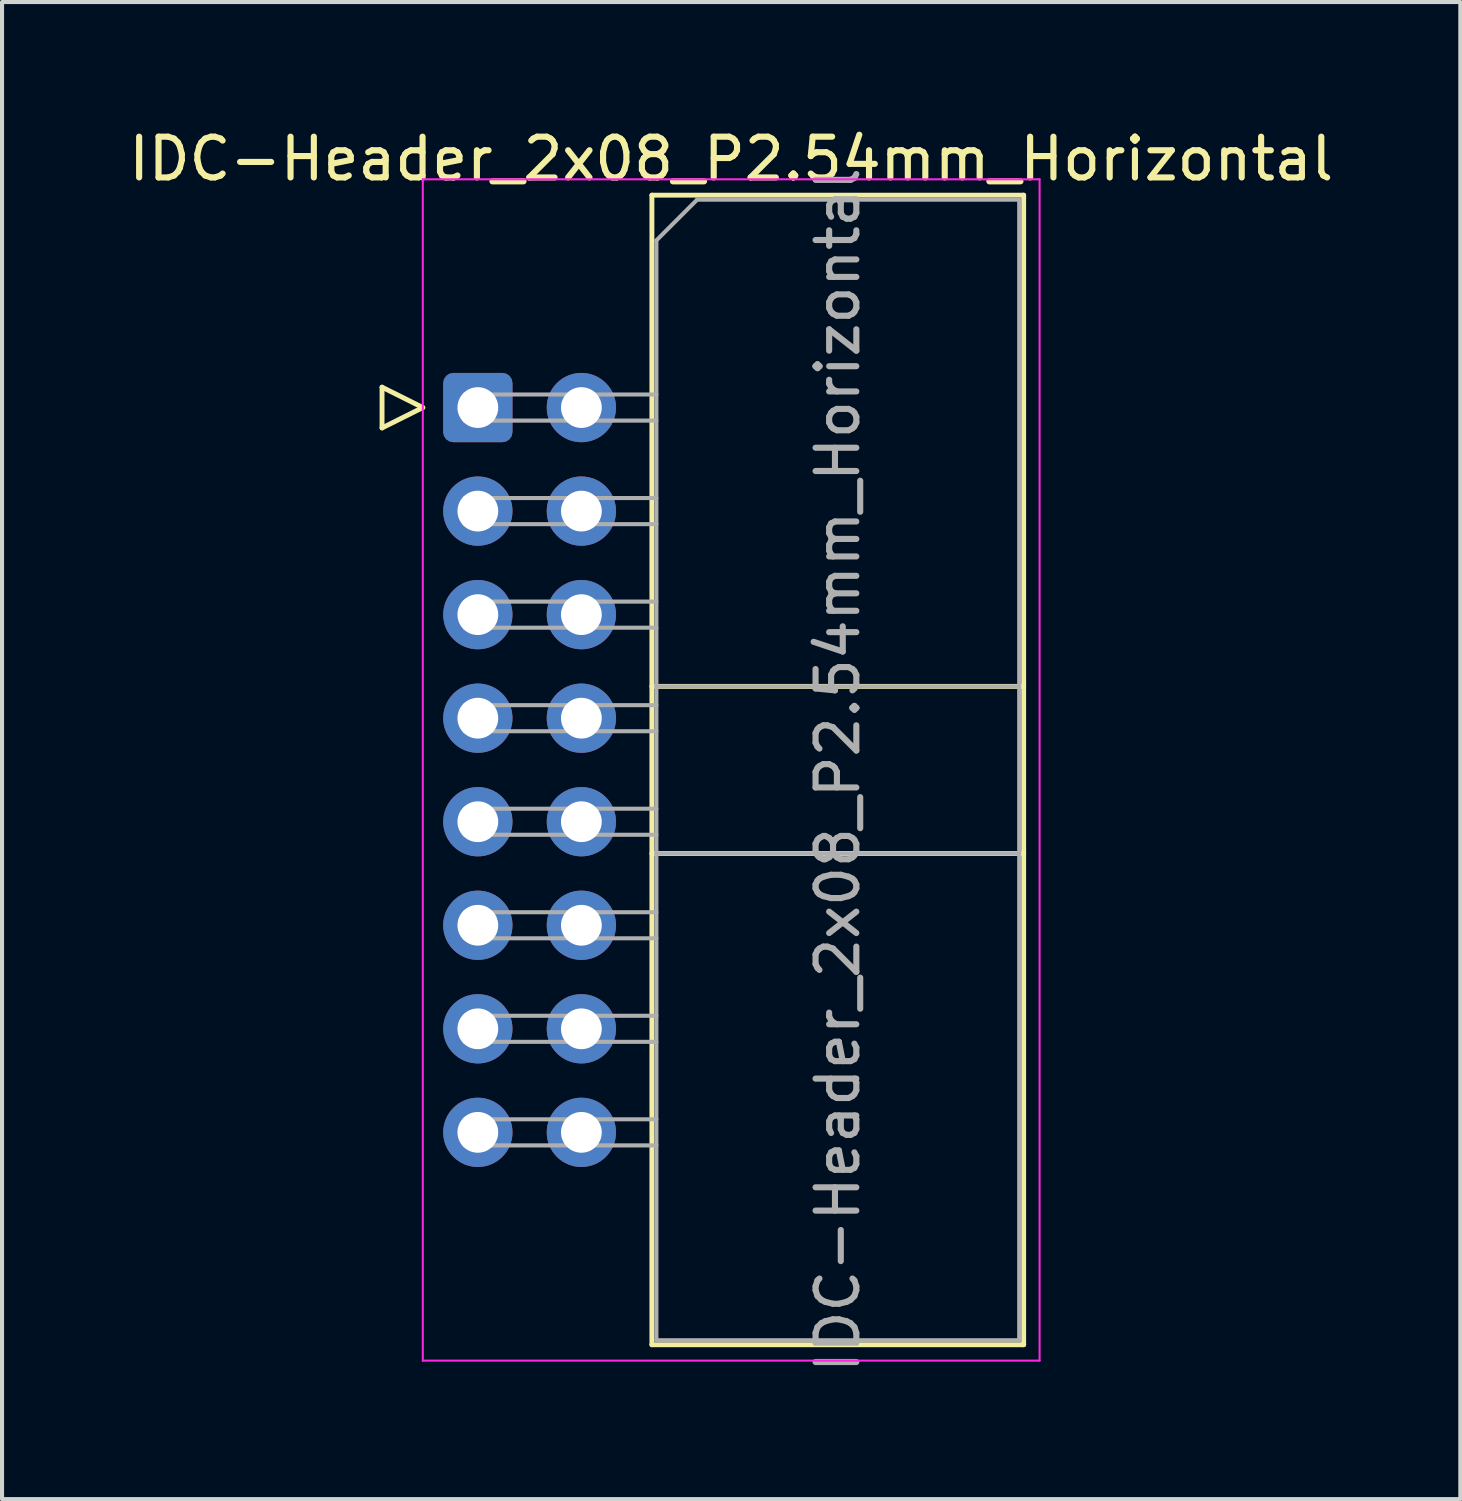
<source format=kicad_pcb>
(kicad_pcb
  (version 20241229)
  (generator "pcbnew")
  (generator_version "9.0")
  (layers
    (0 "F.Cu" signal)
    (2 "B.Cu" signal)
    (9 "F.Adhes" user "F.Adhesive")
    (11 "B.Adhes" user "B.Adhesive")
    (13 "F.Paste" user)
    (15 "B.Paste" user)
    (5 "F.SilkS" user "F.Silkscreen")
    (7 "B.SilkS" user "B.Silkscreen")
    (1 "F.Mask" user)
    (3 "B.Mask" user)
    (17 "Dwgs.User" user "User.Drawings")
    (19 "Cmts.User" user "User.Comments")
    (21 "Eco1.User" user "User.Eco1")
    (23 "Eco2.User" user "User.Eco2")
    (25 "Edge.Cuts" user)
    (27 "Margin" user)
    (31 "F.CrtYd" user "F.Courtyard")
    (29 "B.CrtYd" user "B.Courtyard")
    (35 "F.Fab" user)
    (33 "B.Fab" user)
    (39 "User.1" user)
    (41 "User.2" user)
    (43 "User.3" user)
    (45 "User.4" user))
  (footprint "IDC-Header_2x08_P2.54mm_Horizontal"
    (layer "F.Cu")
    (at 8.672 6.948)
    (property "Reference" "IDC-Header_2x08_P2.54mm_Horizontal" (at 6.215 -6.1 0) (layer "F.SilkS") (effects (font (size 1 1) (thickness 0.15))))
    (attr through_hole)
    (fp_line (start -2.35 -0.5) (end -2.35 0.5) (stroke (width 0.12) (type solid)) (layer "F.SilkS"))
    (fp_line (start -2.35 0.5) (end -1.35 0) (stroke (width 0.12) (type solid)) (layer "F.SilkS"))
    (fp_line (start -1.35 0) (end -2.35 -0.5) (stroke (width 0.12) (type solid)) (layer "F.SilkS"))
    (fp_line (start 4.27 -5.21) (end 13.39 -5.21) (stroke (width 0.12) (type solid)) (layer "F.SilkS"))
    (fp_line (start 4.27 6.84) (end 13.39 6.84) (stroke (width 0.12) (type solid)) (layer "F.SilkS"))
    (fp_line (start 4.27 10.94) (end 13.39 10.94) (stroke (width 0.12) (type solid)) (layer "F.SilkS"))
    (fp_line (start 4.27 22.99) (end 4.27 -5.21) (stroke (width 0.12) (type solid)) (layer "F.SilkS"))
    (fp_line (start 13.39 -5.21) (end 13.39 22.99) (stroke (width 0.12) (type solid)) (layer "F.SilkS"))
    (fp_line (start 13.39 22.99) (end 4.27 22.99) (stroke (width 0.12) (type solid)) (layer "F.SilkS"))
    (fp_line (start -1.35 -5.6) (end -1.35 23.38) (stroke (width 0.05) (type solid)) (layer "F.CrtYd"))
    (fp_line (start -1.35 23.38) (end 13.78 23.38) (stroke (width 0.05) (type solid)) (layer "F.CrtYd"))
    (fp_line (start 13.78 -5.6) (end -1.35 -5.6) (stroke (width 0.05) (type solid)) (layer "F.CrtYd"))
    (fp_line (start 13.78 23.38) (end 13.78 -5.6) (stroke (width 0.05) (type solid)) (layer "F.CrtYd"))
    (fp_line (start -0.32 -0.32) (end -0.32 0.32) (stroke (width 0.1) (type solid)) (layer "F.Fab"))
    (fp_line (start -0.32 0.32) (end 4.38 0.32) (stroke (width 0.1) (type solid)) (layer "F.Fab"))
    (fp_line (start -0.32 2.22) (end -0.32 2.86) (stroke (width 0.1) (type solid)) (layer "F.Fab"))
    (fp_line (start -0.32 2.86) (end 4.38 2.86) (stroke (width 0.1) (type solid)) (layer "F.Fab"))
    (fp_line (start -0.32 4.76) (end -0.32 5.4) (stroke (width 0.1) (type solid)) (layer "F.Fab"))
    (fp_line (start -0.32 5.4) (end 4.38 5.4) (stroke (width 0.1) (type solid)) (layer "F.Fab"))
    (fp_line (start -0.32 7.3) (end -0.32 7.94) (stroke (width 0.1) (type solid)) (layer "F.Fab"))
    (fp_line (start -0.32 7.94) (end 4.38 7.94) (stroke (width 0.1) (type solid)) (layer "F.Fab"))
    (fp_line (start -0.32 9.84) (end -0.32 10.48) (stroke (width 0.1) (type solid)) (layer "F.Fab"))
    (fp_line (start -0.32 10.48) (end 4.38 10.48) (stroke (width 0.1) (type solid)) (layer "F.Fab"))
    (fp_line (start -0.32 12.38) (end -0.32 13.02) (stroke (width 0.1) (type solid)) (layer "F.Fab"))
    (fp_line (start -0.32 13.02) (end 4.38 13.02) (stroke (width 0.1) (type solid)) (layer "F.Fab"))
    (fp_line (start -0.32 14.92) (end -0.32 15.56) (stroke (width 0.1) (type solid)) (layer "F.Fab"))
    (fp_line (start -0.32 15.56) (end 4.38 15.56) (stroke (width 0.1) (type solid)) (layer "F.Fab"))
    (fp_line (start -0.32 17.46) (end -0.32 18.1) (stroke (width 0.1) (type solid)) (layer "F.Fab"))
    (fp_line (start -0.32 18.1) (end 4.38 18.1) (stroke (width 0.1) (type solid)) (layer "F.Fab"))
    (fp_line (start 4.38 -4.1) (end 5.38 -5.1) (stroke (width 0.1) (type solid)) (layer "F.Fab"))
    (fp_line (start 4.38 -0.32) (end -0.32 -0.32) (stroke (width 0.1) (type solid)) (layer "F.Fab"))
    (fp_line (start 4.38 2.22) (end -0.32 2.22) (stroke (width 0.1) (type solid)) (layer "F.Fab"))
    (fp_line (start 4.38 4.76) (end -0.32 4.76) (stroke (width 0.1) (type solid)) (layer "F.Fab"))
    (fp_line (start 4.38 6.84) (end 13.28 6.84) (stroke (width 0.1) (type solid)) (layer "F.Fab"))
    (fp_line (start 4.38 7.3) (end -0.32 7.3) (stroke (width 0.1) (type solid)) (layer "F.Fab"))
    (fp_line (start 4.38 9.84) (end -0.32 9.84) (stroke (width 0.1) (type solid)) (layer "F.Fab"))
    (fp_line (start 4.38 10.94) (end 13.28 10.94) (stroke (width 0.1) (type solid)) (layer "F.Fab"))
    (fp_line (start 4.38 12.38) (end -0.32 12.38) (stroke (width 0.1) (type solid)) (layer "F.Fab"))
    (fp_line (start 4.38 14.92) (end -0.32 14.92) (stroke (width 0.1) (type solid)) (layer "F.Fab"))
    (fp_line (start 4.38 17.46) (end -0.32 17.46) (stroke (width 0.1) (type solid)) (layer "F.Fab"))
    (fp_line (start 4.38 22.88) (end 4.38 -4.1) (stroke (width 0.1) (type solid)) (layer "F.Fab"))
    (fp_line (start 5.38 -5.1) (end 13.28 -5.1) (stroke (width 0.1) (type solid)) (layer "F.Fab"))
    (fp_line (start 13.28 -5.1) (end 13.28 22.88) (stroke (width 0.1) (type solid)) (layer "F.Fab"))
    (fp_line (start 13.28 22.88) (end 4.38 22.88) (stroke (width 0.1) (type solid)) (layer "F.Fab"))
    (fp_text user "${REFERENCE}" (at 8.83 8.89 90) (layer "F.Fab") (effects (font (size 1 1) (thickness 0.15))))
    (pad "1" thru_hole roundrect (at 0 0) (size 1.7 1.7) (drill 1) (layers "*.Cu" "*.Mask") (roundrect_rratio 0.147))
    (pad "2" thru_hole circle (at 2.54 0) (size 1.7 1.7) (drill 1) (layers "*.Cu" "*.Mask"))
    (pad "3" thru_hole circle (at 0 2.54) (size 1.7 1.7) (drill 1) (layers "*.Cu" "*.Mask"))
    (pad "4" thru_hole circle (at 2.54 2.54) (size 1.7 1.7) (drill 1) (layers "*.Cu" "*.Mask"))
    (pad "5" thru_hole circle (at 0 5.08) (size 1.7 1.7) (drill 1) (layers "*.Cu" "*.Mask"))
    (pad "6" thru_hole circle (at 2.54 5.08) (size 1.7 1.7) (drill 1) (layers "*.Cu" "*.Mask"))
    (pad "7" thru_hole circle (at 0 7.62) (size 1.7 1.7) (drill 1) (layers "*.Cu" "*.Mask"))
    (pad "8" thru_hole circle (at 2.54 7.62) (size 1.7 1.7) (drill 1) (layers "*.Cu" "*.Mask"))
    (pad "9" thru_hole circle (at 0 10.16) (size 1.7 1.7) (drill 1) (layers "*.Cu" "*.Mask"))
    (pad "10" thru_hole circle (at 2.54 10.16) (size 1.7 1.7) (drill 1) (layers "*.Cu" "*.Mask"))
    (pad "11" thru_hole circle (at 0 12.7) (size 1.7 1.7) (drill 1) (layers "*.Cu" "*.Mask"))
    (pad "12" thru_hole circle (at 2.54 12.7) (size 1.7 1.7) (drill 1) (layers "*.Cu" "*.Mask"))
    (pad "13" thru_hole circle (at 0 15.24) (size 1.7 1.7) (drill 1) (layers "*.Cu" "*.Mask"))
    (pad "14" thru_hole circle (at 2.54 15.24) (size 1.7 1.7) (drill 1) (layers "*.Cu" "*.Mask"))
    (pad "15" thru_hole circle (at 0 17.78) (size 1.7 1.7) (drill 1) (layers "*.Cu" "*.Mask"))
    (pad "16" thru_hole circle (at 2.54 17.78) (size 1.7 1.7) (drill 1) (layers "*.Cu" "*.Mask")))
  (gr_rect
    (start -3 -3)
    (end 32.774 33.725)
    (stroke (width 0.1) (type default))
    (fill no)
    (layer "Edge.Cuts")))
</source>
